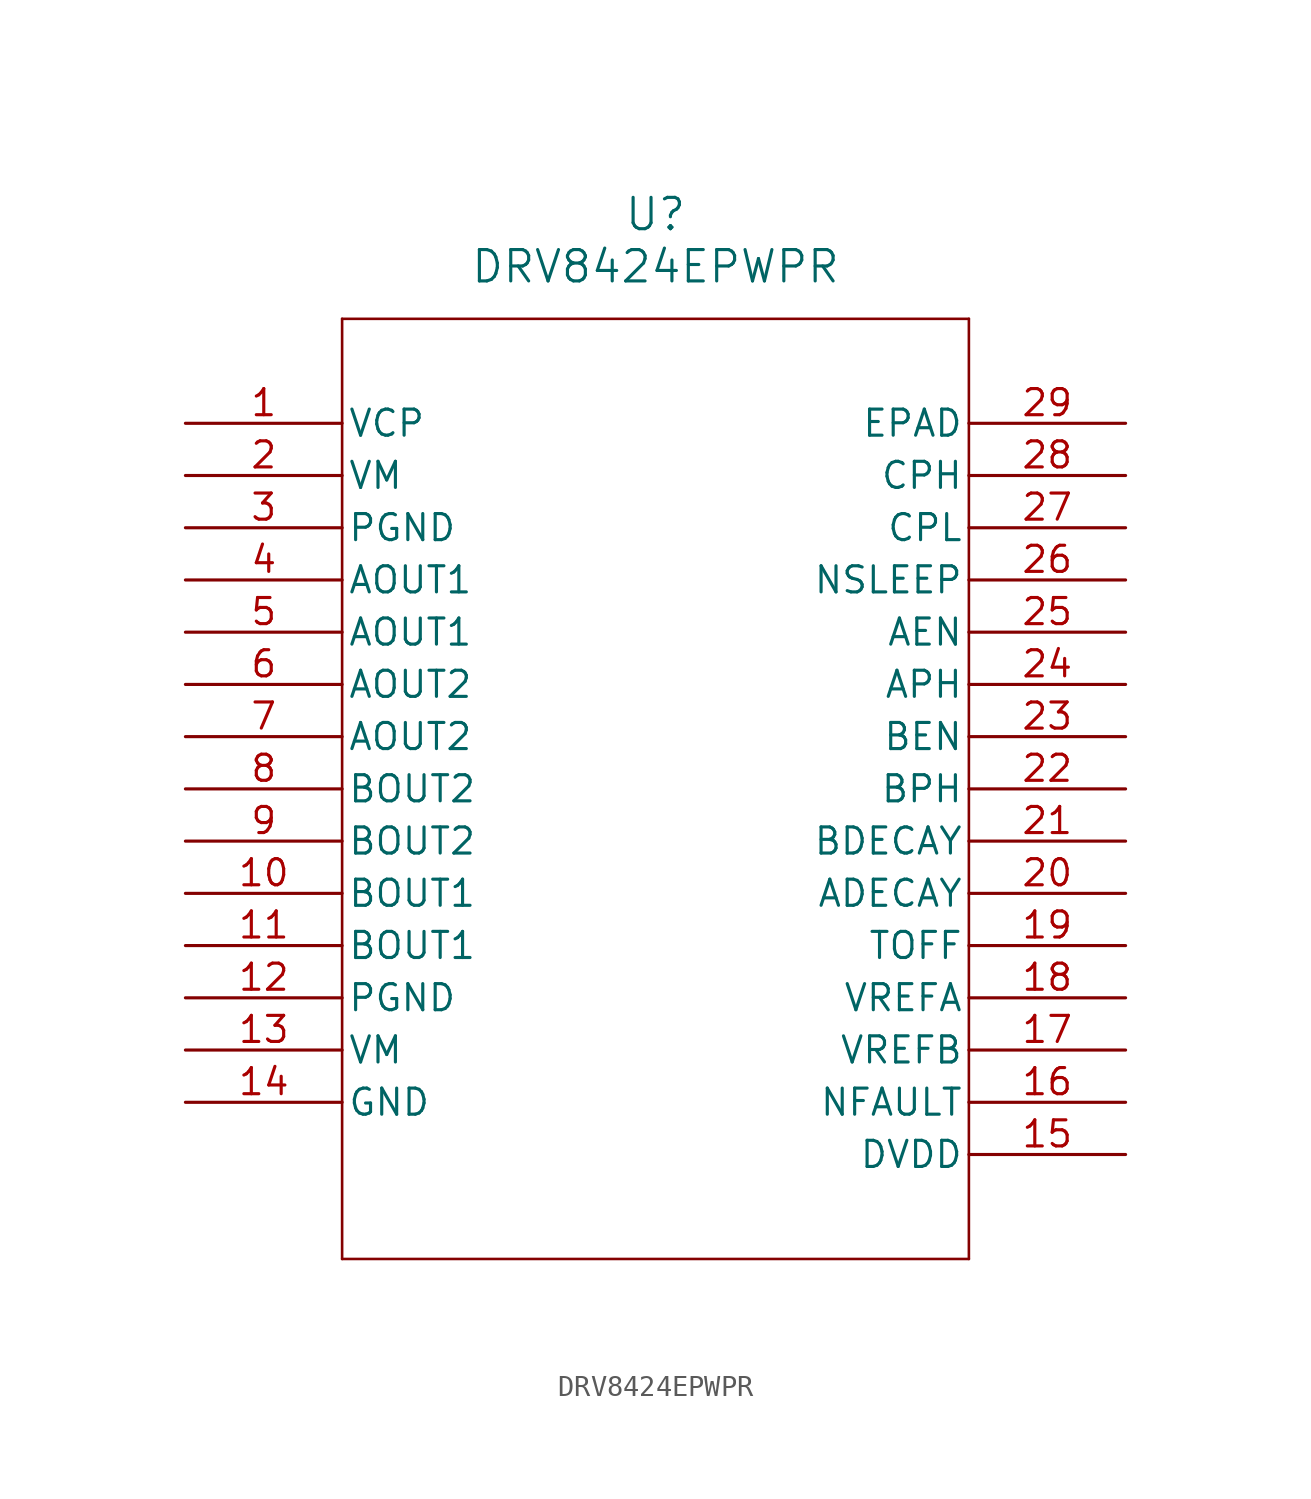
<source format=kicad_sym>
(kicad_symbol_lib
  (version 20211014)
  (generator kicad_symbol_editor)
  (symbol "DRV8424EPWPR"
    (pin_names
      (offset 0.254))
    (property "Reference" "U"
      (at 22.86 10.16 0)
      (effects (font (size 1.524 1.524))))
    (property "Value" "DRV8424EPWPR"
      (at 22.86 7.62 0)
      (effects (font (size 1.524 1.524))))
    (symbol "DRV8424EPWPR_0_1"
      (polyline (pts (xy 7.62 5.08) (xy 7.62 -40.64)) (stroke (width 0.127) (type default) (color 0 0 0 0)) (fill (type none)))
      (polyline (pts (xy 7.62 -40.64) (xy 38.1 -40.64)) (stroke (width 0.127) (type default) (color 0 0 0 0)) (fill (type none)))
      (polyline (pts (xy 38.1 -40.64) (xy 38.1 5.08)) (stroke (width 0.127) (type default) (color 0 0 0 0)) (fill (type none)))
      (polyline (pts (xy 38.1 5.08) (xy 7.62 5.08)) (stroke (width 0.127) (type default) (color 0 0 0 0)) (fill (type none)))
      (pin output line (at 0 0 0) (length 7.62) (name "VCP" (effects (font (size 1.27 1.27)))) (number "1" (effects (font (size 1.27 1.27)))))
      (pin power_in line (at 0 -2.54 0) (length 7.62) (name "VM" (effects (font (size 1.27 1.27)))) (number "2" (effects (font (size 1.27 1.27)))))
      (pin power_out line (at 0 -5.08 0) (length 7.62) (name "PGND" (effects (font (size 1.27 1.27)))) (number "3" (effects (font (size 1.27 1.27)))))
      (pin output line (at 0 -7.62 0) (length 7.62) (name "AOUT1" (effects (font (size 1.27 1.27)))) (number "4" (effects (font (size 1.27 1.27)))))
      (pin output line (at 0 -10.16 0) (length 7.62) (name "AOUT1" (effects (font (size 1.27 1.27)))) (number "5" (effects (font (size 1.27 1.27)))))
      (pin output line (at 0 -12.7 0) (length 7.62) (name "AOUT2" (effects (font (size 1.27 1.27)))) (number "6" (effects (font (size 1.27 1.27)))))
      (pin output line (at 0 -15.24 0) (length 7.62) (name "AOUT2" (effects (font (size 1.27 1.27)))) (number "7" (effects (font (size 1.27 1.27)))))
      (pin output line (at 0 -17.78 0) (length 7.62) (name "BOUT2" (effects (font (size 1.27 1.27)))) (number "8" (effects (font (size 1.27 1.27)))))
      (pin output line (at 0 -20.32 0) (length 7.62) (name "BOUT2" (effects (font (size 1.27 1.27)))) (number "9" (effects (font (size 1.27 1.27)))))
      (pin output line (at 0 -22.86 0) (length 7.62) (name "BOUT1" (effects (font (size 1.27 1.27)))) (number "10" (effects (font (size 1.27 1.27)))))
      (pin output line (at 0 -25.4 0) (length 7.62) (name "BOUT1" (effects (font (size 1.27 1.27)))) (number "11" (effects (font (size 1.27 1.27)))))
      (pin power_out line (at 0 -27.94 0) (length 7.62) (name "PGND" (effects (font (size 1.27 1.27)))) (number "12" (effects (font (size 1.27 1.27)))))
      (pin power_in line (at 0 -30.48 0) (length 7.62) (name "VM" (effects (font (size 1.27 1.27)))) (number "13" (effects (font (size 1.27 1.27)))))
      (pin power_out line (at 0 -33.02 0) (length 7.62) (name "GND" (effects (font (size 1.27 1.27)))) (number "14" (effects (font (size 1.27 1.27)))))
      (pin power_in line (at 45.72 -35.56 180) (length 7.62) (name "DVDD" (effects (font (size 1.27 1.27)))) (number "15" (effects (font (size 1.27 1.27)))))
      (pin unspecified line (at 45.72 -33.02 180) (length 7.62) (name "NFAULT" (effects (font (size 1.27 1.27)))) (number "16" (effects (font (size 1.27 1.27)))))
      (pin input line (at 45.72 -30.48 180) (length 7.62) (name "VREFB" (effects (font (size 1.27 1.27)))) (number "17" (effects (font (size 1.27 1.27)))))
      (pin input line (at 45.72 -27.94 180) (length 7.62) (name "VREFA" (effects (font (size 1.27 1.27)))) (number "18" (effects (font (size 1.27 1.27)))))
      (pin unspecified line (at 45.72 -25.4 180) (length 7.62) (name "TOFF" (effects (font (size 1.27 1.27)))) (number "19" (effects (font (size 1.27 1.27)))))
      (pin input line (at 45.72 -22.86 180) (length 7.62) (name "ADECAY" (effects (font (size 1.27 1.27)))) (number "20" (effects (font (size 1.27 1.27)))))
      (pin input line (at 45.72 -20.32 180) (length 7.62) (name "BDECAY" (effects (font (size 1.27 1.27)))) (number "21" (effects (font (size 1.27 1.27)))))
      (pin input line (at 45.72 -17.78 180) (length 7.62) (name "BPH" (effects (font (size 1.27 1.27)))) (number "22" (effects (font (size 1.27 1.27)))))
      (pin input line (at 45.72 -15.24 180) (length 7.62) (name "BEN" (effects (font (size 1.27 1.27)))) (number "23" (effects (font (size 1.27 1.27)))))
      (pin input line (at 45.72 -12.7 180) (length 7.62) (name "APH" (effects (font (size 1.27 1.27)))) (number "24" (effects (font (size 1.27 1.27)))))
      (pin input line (at 45.72 -10.16 180) (length 7.62) (name "AEN" (effects (font (size 1.27 1.27)))) (number "25" (effects (font (size 1.27 1.27)))))
      (pin input line (at 45.72 -7.62 180) (length 7.62) (name "NSLEEP" (effects (font (size 1.27 1.27)))) (number "26" (effects (font (size 1.27 1.27)))))
      (pin power_in line (at 45.72 -5.08 180) (length 7.62) (name "CPL" (effects (font (size 1.27 1.27)))) (number "27" (effects (font (size 1.27 1.27)))))
      (pin power_in line (at 45.72 -2.54 180) (length 7.62) (name "CPH" (effects (font (size 1.27 1.27)))) (number "28" (effects (font (size 1.27 1.27)))))
      (pin power_out line (at 45.72 0 180) (length 7.62) (name "EPAD" (effects (font (size 1.27 1.27)))) (number "29" (effects (font (size 1.27 1.27))))))))
</source>
